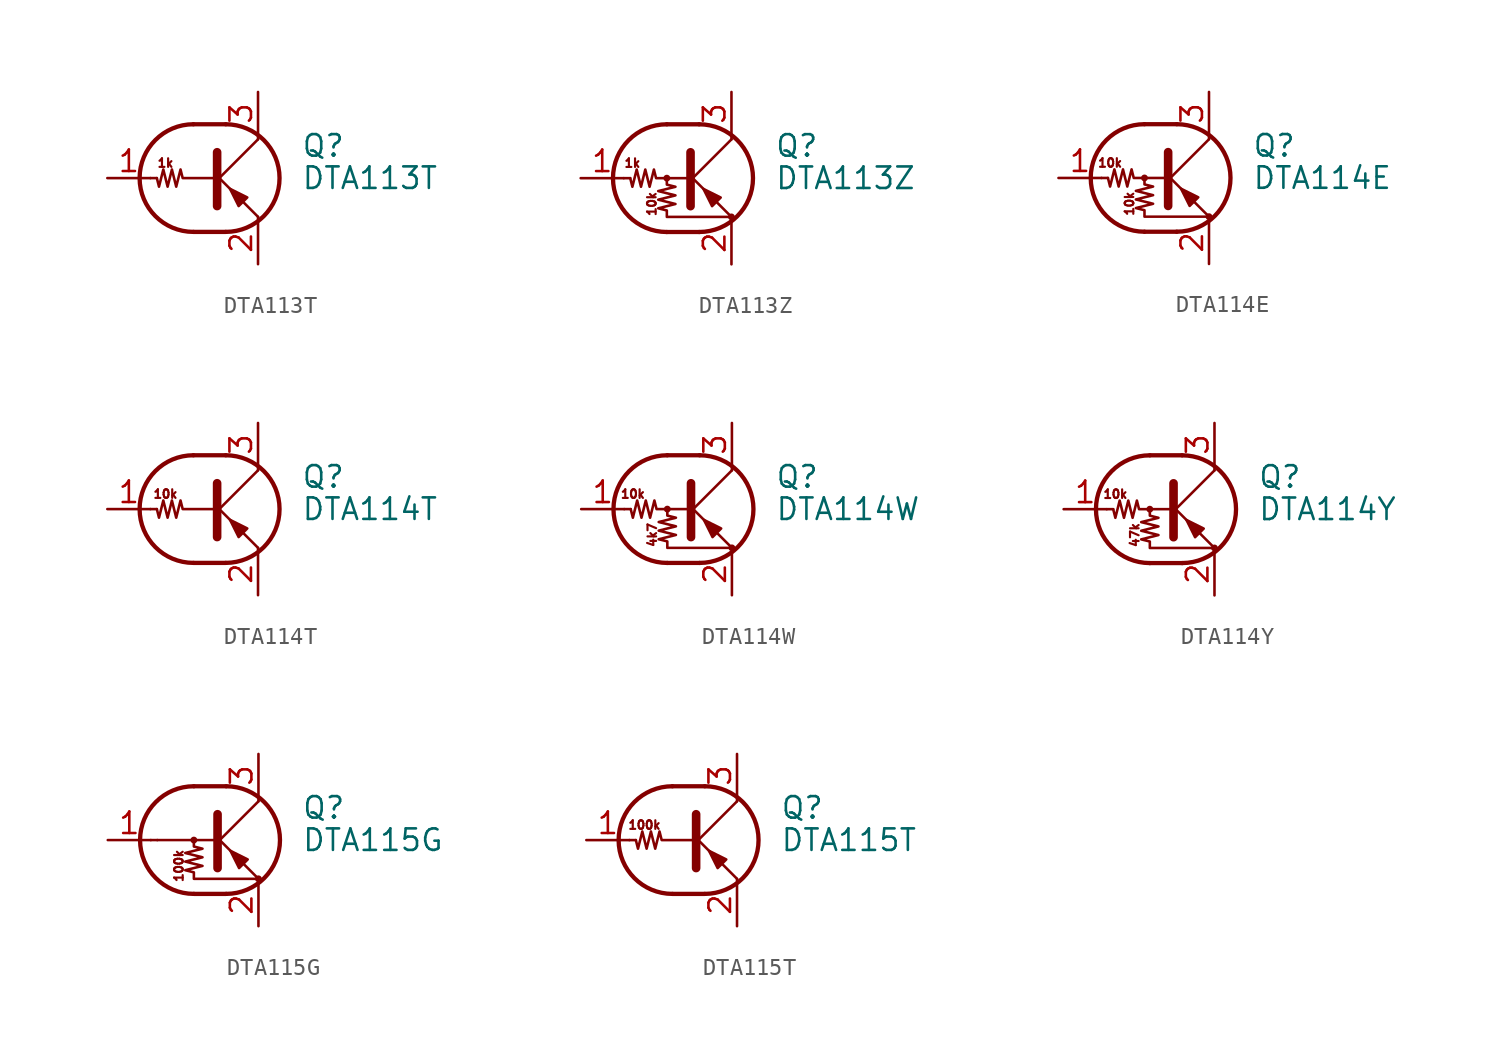
<source format=kicad_sym>
(kicad_symbol_lib
  (version 20201005)
  (generator kicad_symbol_editor)
  (symbol "Transistor_BJT:DTA113T"
    (pin_names
      (offset 0) hide)
    (property "Reference" "Q"
      (at 5.08 1.905 0)
      (effects (font (size 1.27 1.27)) (justify left)))
    (property "Value" "DTA113T"
      (at 5.08 0 0)
      (effects (font (size 1.27 1.27)) (justify left)))
    (symbol "DTA113T_0_0"
      (text "1k" (at -2.921 0.889 0) (effects (font (size 0.508 0.508))))
      (polyline (pts (xy 2.54 -2.286) (xy 2.54 -2.54)) (stroke (width 0)) (fill (type none))))
    (symbol "DTA113T_0_1"
      (arc (start -1.27 3.175) (end -1.27 -3.175) (radius (at -1.27 0) (length 3.175) (angles 90.1 -90.1)) (stroke (width 0.254)) (fill (type none)))
      (arc (start 0.635 -3.175) (end 0.635 3.175) (radius (at 0.635 0) (length 3.175) (angles -89.9 89.9)) (stroke (width 0.254)) (fill (type none)))
      (polyline (pts (xy -3.429 0) (xy -3.81 0)) (stroke (width 0)) (fill (type none)))
      (polyline (pts (xy -1.27 -3.175) (xy 0.635 -3.175)) (stroke (width 0.254)) (fill (type none)))
      (polyline (pts (xy -1.27 3.175) (xy 0.635 3.175)) (stroke (width 0.254)) (fill (type none)))
      (polyline (pts (xy 0 -0.254) (xy 2.54 2.286)) (stroke (width 0)) (fill (type none)))
      (polyline (pts (xy 0.127 1.524) (xy 0.127 -1.651)) (stroke (width 0.508)) (fill (type outline)))
      (polyline (pts (xy 2.54 2.286) (xy 2.54 2.54)) (stroke (width 0)) (fill (type none)))
      (polyline (pts (xy 2.54 -2.286) (xy 0 0.254) (xy 0 0.254)) (stroke (width 0)) (fill (type none)))
      (polyline (pts (xy 1.397 -1.651) (xy 1.905 -1.143) (xy 0.889 -0.635) (xy 1.397 -1.651)) (stroke (width 0)) (fill (type outline)))
      (polyline (pts (xy 0 0) (xy -1.905 0) (xy -2.032 0.508) (xy -2.286 -0.508) (xy -2.54 0.508) (xy -2.794 -0.508) (xy -3.048 0.508) (xy -3.302 -0.508) (xy -3.429 0)) (stroke (width 0)) (fill (type none))))
    (symbol "DTA113T_1_1"
      (pin input line (at -6.35 0 0) (length 2.54) (name "B" (effects (font (size 1.27 1.27)))) (number "1" (effects (font (size 1.27 1.27)))))
      (pin passive line (at 2.54 -5.08 90) (length 2.54) (name "E" (effects (font (size 1.27 1.27)))) (number "2" (effects (font (size 1.27 1.27)))))
      (pin passive line (at 2.54 5.08 270) (length 2.54) (name "C" (effects (font (size 1.27 1.27)))) (number "3" (effects (font (size 1.27 1.27)))))))
  (symbol "Transistor_BJT:DTA113Z"
    (pin_names
      (offset 0) hide)
    (property "Reference" "Q"
      (at 5.08 1.905 0)
      (effects (font (size 1.27 1.27)) (justify left)))
    (property "Value" "DTA113Z"
      (at 5.08 0 0)
      (effects (font (size 1.27 1.27)) (justify left)))
    (symbol "DTA113Z_0_0"
      (text "10k" (at -2.159 -1.524 900) (effects (font (size 0.508 0.508))))
      (text "1k" (at -3.302 0.889 0) (effects (font (size 0.508 0.508)))))
    (symbol "DTA113Z_0_1"
      (arc (start -1.27 3.175) (end -1.27 -3.175) (radius (at -1.27 0) (length 3.175) (angles 90.1 -90.1)) (stroke (width 0.254)) (fill (type none)))
      (arc (start 0.635 -3.175) (end 0.635 3.175) (radius (at 0.635 0) (length 3.175) (angles -89.9 89.9)) (stroke (width 0.254)) (fill (type none)))
      (circle (center -1.27 0) (radius 0.127) (stroke (width 0)) (fill (type none)))
      (circle (center 2.54 -2.286) (radius 0.127) (stroke (width 0)) (fill (type none)))
      (polyline (pts (xy -3.429 0) (xy -3.81 0)) (stroke (width 0)) (fill (type none)))
      (polyline (pts (xy -1.27 -3.175) (xy 0.635 -3.175)) (stroke (width 0.254)) (fill (type none)))
      (polyline (pts (xy -1.27 3.175) (xy 0.635 3.175)) (stroke (width 0.254)) (fill (type none)))
      (polyline (pts (xy 0 -0.254) (xy 2.54 2.286)) (stroke (width 0)) (fill (type none)))
      (polyline (pts (xy 0.127 1.524) (xy 0.127 -1.651)) (stroke (width 0.508)) (fill (type outline)))
      (polyline (pts (xy 2.54 2.286) (xy 2.54 2.54)) (stroke (width 0)) (fill (type none)))
      (polyline (pts (xy 2.54 -2.286) (xy 0 0.254) (xy 0 0.254)) (stroke (width 0)) (fill (type none)))
      (polyline (pts (xy 1.397 -1.651) (xy 1.905 -1.143) (xy 0.889 -0.635) (xy 1.397 -1.651)) (stroke (width 0)) (fill (type outline)))
      (polyline (pts (xy 0 0) (xy -1.905 0) (xy -2.032 0.508) (xy -2.286 -0.508) (xy -2.54 0.508) (xy -2.794 -0.508) (xy -3.048 0.508) (xy -3.302 -0.508) (xy -3.429 0)) (stroke (width 0)) (fill (type none)))
      (polyline (pts (xy -1.27 0) (xy -1.27 -0.381) (xy -0.762 -0.508) (xy -1.778 -0.762) (xy -0.762 -1.016) (xy -1.778 -1.27) (xy -0.762 -1.524) (xy -1.778 -1.778) (xy -1.27 -1.905) (xy -1.27 -2.286) (xy 2.54 -2.286)) (stroke (width 0)) (fill (type none))))
    (symbol "DTA113Z_1_1"
      (pin input line (at -6.35 0 0) (length 2.54) (name "B" (effects (font (size 1.27 1.27)))) (number "1" (effects (font (size 1.27 1.27)))))
      (pin passive line (at 2.54 -5.08 90) (length 2.54) (name "E" (effects (font (size 1.27 1.27)))) (number "2" (effects (font (size 1.27 1.27)))))
      (pin passive line (at 2.54 5.08 270) (length 2.54) (name "C" (effects (font (size 1.27 1.27)))) (number "3" (effects (font (size 1.27 1.27)))))))
  (symbol "Transistor_BJT:DTA114E"
    (pin_names
      (offset 0) hide)
    (property "Reference" "Q"
      (at 5.08 1.905 0)
      (effects (font (size 1.27 1.27)) (justify left)))
    (property "Value" "DTA114E"
      (at 5.08 0 0)
      (effects (font (size 1.27 1.27)) (justify left)))
    (symbol "DTA114E_0_0"
      (text "10k" (at -3.302 0.889 0) (effects (font (size 0.508 0.508))))
      (text "10k" (at -2.159 -1.524 900) (effects (font (size 0.508 0.508)))))
    (symbol "DTA114E_0_1"
      (arc (start -1.27 3.175) (end -1.27 -3.175) (radius (at -1.27 0) (length 3.175) (angles 90.1 -90.1)) (stroke (width 0.254)) (fill (type none)))
      (arc (start 0.635 -3.175) (end 0.635 3.175) (radius (at 0.635 0) (length 3.175) (angles -89.9 89.9)) (stroke (width 0.254)) (fill (type none)))
      (circle (center -1.27 0) (radius 0.127) (stroke (width 0)) (fill (type none)))
      (circle (center 2.54 -2.286) (radius 0.127) (stroke (width 0)) (fill (type none)))
      (polyline (pts (xy -3.429 0) (xy -3.81 0)) (stroke (width 0)) (fill (type none)))
      (polyline (pts (xy -1.27 -3.175) (xy 0.635 -3.175)) (stroke (width 0.254)) (fill (type none)))
      (polyline (pts (xy -1.27 3.175) (xy 0.635 3.175)) (stroke (width 0.254)) (fill (type none)))
      (polyline (pts (xy 0 -0.254) (xy 2.54 2.286)) (stroke (width 0)) (fill (type none)))
      (polyline (pts (xy 0.127 1.524) (xy 0.127 -1.651)) (stroke (width 0.508)) (fill (type outline)))
      (polyline (pts (xy 2.54 2.286) (xy 2.54 2.54)) (stroke (width 0)) (fill (type none)))
      (polyline (pts (xy 2.54 -2.286) (xy 0 0.254) (xy 0 0.254)) (stroke (width 0)) (fill (type none)))
      (polyline (pts (xy 1.397 -1.651) (xy 1.905 -1.143) (xy 0.889 -0.635) (xy 1.397 -1.651)) (stroke (width 0)) (fill (type outline)))
      (polyline (pts (xy 0 0) (xy -1.905 0) (xy -2.032 0.508) (xy -2.286 -0.508) (xy -2.54 0.508) (xy -2.794 -0.508) (xy -3.048 0.508) (xy -3.302 -0.508) (xy -3.429 0)) (stroke (width 0)) (fill (type none)))
      (polyline (pts (xy -1.27 0) (xy -1.27 -0.381) (xy -0.762 -0.508) (xy -1.778 -0.762) (xy -0.762 -1.016) (xy -1.778 -1.27) (xy -0.762 -1.524) (xy -1.778 -1.778) (xy -1.27 -1.905) (xy -1.27 -2.286) (xy 2.54 -2.286)) (stroke (width 0)) (fill (type none))))
    (symbol "DTA114E_1_1"
      (pin input line (at -6.35 0 0) (length 2.54) (name "B" (effects (font (size 1.27 1.27)))) (number "1" (effects (font (size 1.27 1.27)))))
      (pin passive line (at 2.54 -5.08 90) (length 2.54) (name "E" (effects (font (size 1.27 1.27)))) (number "2" (effects (font (size 1.27 1.27)))))
      (pin passive line (at 2.54 5.08 270) (length 2.54) (name "C" (effects (font (size 1.27 1.27)))) (number "3" (effects (font (size 1.27 1.27)))))))
  (symbol "Transistor_BJT:DTA114T"
    (pin_names
      (offset 0) hide)
    (property "Reference" "Q"
      (at 5.08 1.905 0)
      (effects (font (size 1.27 1.27)) (justify left)))
    (property "Value" "DTA114T"
      (at 5.08 0 0)
      (effects (font (size 1.27 1.27)) (justify left)))
    (symbol "DTA114T_0_0"
      (text "10k" (at -2.921 0.889 0) (effects (font (size 0.508 0.508))))
      (polyline (pts (xy 2.54 -2.286) (xy 2.54 -2.54)) (stroke (width 0)) (fill (type none))))
    (symbol "DTA114T_0_1"
      (arc (start -1.27 3.175) (end -1.27 -3.175) (radius (at -1.27 0) (length 3.175) (angles 90.1 -90.1)) (stroke (width 0.254)) (fill (type none)))
      (arc (start 0.635 -3.175) (end 0.635 3.175) (radius (at 0.635 0) (length 3.175) (angles -89.9 89.9)) (stroke (width 0.254)) (fill (type none)))
      (polyline (pts (xy -3.429 0) (xy -3.81 0)) (stroke (width 0)) (fill (type none)))
      (polyline (pts (xy -1.27 -3.175) (xy 0.635 -3.175)) (stroke (width 0.254)) (fill (type none)))
      (polyline (pts (xy -1.27 3.175) (xy 0.635 3.175)) (stroke (width 0.254)) (fill (type none)))
      (polyline (pts (xy 0 -0.254) (xy 2.54 2.286)) (stroke (width 0)) (fill (type none)))
      (polyline (pts (xy 0.127 1.524) (xy 0.127 -1.651)) (stroke (width 0.508)) (fill (type outline)))
      (polyline (pts (xy 2.54 2.286) (xy 2.54 2.54)) (stroke (width 0)) (fill (type none)))
      (polyline (pts (xy 2.54 -2.286) (xy 0 0.254) (xy 0 0.254)) (stroke (width 0)) (fill (type none)))
      (polyline (pts (xy 1.397 -1.651) (xy 1.905 -1.143) (xy 0.889 -0.635) (xy 1.397 -1.651)) (stroke (width 0)) (fill (type outline)))
      (polyline (pts (xy 0 0) (xy -1.905 0) (xy -2.032 0.508) (xy -2.286 -0.508) (xy -2.54 0.508) (xy -2.794 -0.508) (xy -3.048 0.508) (xy -3.302 -0.508) (xy -3.429 0)) (stroke (width 0)) (fill (type none))))
    (symbol "DTA114T_1_1"
      (pin input line (at -6.35 0 0) (length 2.54) (name "B" (effects (font (size 1.27 1.27)))) (number "1" (effects (font (size 1.27 1.27)))))
      (pin passive line (at 2.54 -5.08 90) (length 2.54) (name "E" (effects (font (size 1.27 1.27)))) (number "2" (effects (font (size 1.27 1.27)))))
      (pin passive line (at 2.54 5.08 270) (length 2.54) (name "C" (effects (font (size 1.27 1.27)))) (number "3" (effects (font (size 1.27 1.27)))))))
  (symbol "Transistor_BJT:DTA114W"
    (pin_names
      (offset 0) hide)
    (property "Reference" "Q"
      (at 5.08 1.905 0)
      (effects (font (size 1.27 1.27)) (justify left)))
    (property "Value" "DTA114W"
      (at 5.08 0 0)
      (effects (font (size 1.27 1.27)) (justify left)))
    (symbol "DTA114W_0_0"
      (text "10k" (at -3.302 0.889 0) (effects (font (size 0.508 0.508))))
      (text "4k7" (at -2.159 -1.524 900) (effects (font (size 0.508 0.508)))))
    (symbol "DTA114W_0_1"
      (arc (start -1.27 3.175) (end -1.27 -3.175) (radius (at -1.27 0) (length 3.175) (angles 90.1 -90.1)) (stroke (width 0.254)) (fill (type none)))
      (arc (start 0.635 -3.175) (end 0.635 3.175) (radius (at 0.635 0) (length 3.175) (angles -89.9 89.9)) (stroke (width 0.254)) (fill (type none)))
      (circle (center -1.27 0) (radius 0.127) (stroke (width 0)) (fill (type none)))
      (circle (center 2.54 -2.286) (radius 0.127) (stroke (width 0)) (fill (type none)))
      (polyline (pts (xy -3.429 0) (xy -3.81 0)) (stroke (width 0)) (fill (type none)))
      (polyline (pts (xy -1.27 -3.175) (xy 0.635 -3.175)) (stroke (width 0.254)) (fill (type none)))
      (polyline (pts (xy -1.27 3.175) (xy 0.635 3.175)) (stroke (width 0.254)) (fill (type none)))
      (polyline (pts (xy 0 -0.254) (xy 2.54 2.286)) (stroke (width 0)) (fill (type none)))
      (polyline (pts (xy 0.127 1.524) (xy 0.127 -1.651)) (stroke (width 0.508)) (fill (type outline)))
      (polyline (pts (xy 2.54 2.286) (xy 2.54 2.54)) (stroke (width 0)) (fill (type none)))
      (polyline (pts (xy 2.54 -2.286) (xy 0 0.254) (xy 0 0.254)) (stroke (width 0)) (fill (type none)))
      (polyline (pts (xy 1.397 -1.651) (xy 1.905 -1.143) (xy 0.889 -0.635) (xy 1.397 -1.651)) (stroke (width 0)) (fill (type outline)))
      (polyline (pts (xy 0 0) (xy -1.905 0) (xy -2.032 0.508) (xy -2.286 -0.508) (xy -2.54 0.508) (xy -2.794 -0.508) (xy -3.048 0.508) (xy -3.302 -0.508) (xy -3.429 0)) (stroke (width 0)) (fill (type none)))
      (polyline (pts (xy -1.27 0) (xy -1.27 -0.381) (xy -0.762 -0.508) (xy -1.778 -0.762) (xy -0.762 -1.016) (xy -1.778 -1.27) (xy -0.762 -1.524) (xy -1.778 -1.778) (xy -1.27 -1.905) (xy -1.27 -2.286) (xy 2.54 -2.286)) (stroke (width 0)) (fill (type none))))
    (symbol "DTA114W_1_1"
      (pin input line (at -6.35 0 0) (length 2.54) (name "B" (effects (font (size 1.27 1.27)))) (number "1" (effects (font (size 1.27 1.27)))))
      (pin passive line (at 2.54 -5.08 90) (length 2.54) (name "E" (effects (font (size 1.27 1.27)))) (number "2" (effects (font (size 1.27 1.27)))))
      (pin passive line (at 2.54 5.08 270) (length 2.54) (name "C" (effects (font (size 1.27 1.27)))) (number "3" (effects (font (size 1.27 1.27)))))))
  (symbol "Transistor_BJT:DTA114Y"
    (pin_names
      (offset 0) hide)
    (property "Reference" "Q"
      (at 5.08 1.905 0)
      (effects (font (size 1.27 1.27)) (justify left)))
    (property "Value" "DTA114Y"
      (at 5.08 0 0)
      (effects (font (size 1.27 1.27)) (justify left)))
    (symbol "DTA114Y_0_0"
      (text "10k" (at -3.302 0.889 0) (effects (font (size 0.508 0.508))))
      (text "47k" (at -2.159 -1.524 900) (effects (font (size 0.508 0.508)))))
    (symbol "DTA114Y_0_1"
      (arc (start -1.27 3.175) (end -1.27 -3.175) (radius (at -1.27 0) (length 3.175) (angles 90.1 -90.1)) (stroke (width 0.254)) (fill (type none)))
      (arc (start 0.635 -3.175) (end 0.635 3.175) (radius (at 0.635 0) (length 3.175) (angles -89.9 89.9)) (stroke (width 0.254)) (fill (type none)))
      (circle (center -1.27 0) (radius 0.127) (stroke (width 0)) (fill (type none)))
      (circle (center 2.54 -2.286) (radius 0.127) (stroke (width 0)) (fill (type none)))
      (polyline (pts (xy -3.429 0) (xy -3.81 0)) (stroke (width 0)) (fill (type none)))
      (polyline (pts (xy -1.27 -3.175) (xy 0.635 -3.175)) (stroke (width 0.254)) (fill (type none)))
      (polyline (pts (xy -1.27 3.175) (xy 0.635 3.175)) (stroke (width 0.254)) (fill (type none)))
      (polyline (pts (xy 0 -0.254) (xy 2.54 2.286)) (stroke (width 0)) (fill (type none)))
      (polyline (pts (xy 0.127 1.524) (xy 0.127 -1.651)) (stroke (width 0.508)) (fill (type outline)))
      (polyline (pts (xy 2.54 2.286) (xy 2.54 2.54)) (stroke (width 0)) (fill (type none)))
      (polyline (pts (xy 2.54 -2.286) (xy 0 0.254) (xy 0 0.254)) (stroke (width 0)) (fill (type none)))
      (polyline (pts (xy 1.397 -1.651) (xy 1.905 -1.143) (xy 0.889 -0.635) (xy 1.397 -1.651)) (stroke (width 0)) (fill (type outline)))
      (polyline (pts (xy 0 0) (xy -1.905 0) (xy -2.032 0.508) (xy -2.286 -0.508) (xy -2.54 0.508) (xy -2.794 -0.508) (xy -3.048 0.508) (xy -3.302 -0.508) (xy -3.429 0)) (stroke (width 0)) (fill (type none)))
      (polyline (pts (xy -1.27 0) (xy -1.27 -0.381) (xy -0.762 -0.508) (xy -1.778 -0.762) (xy -0.762 -1.016) (xy -1.778 -1.27) (xy -0.762 -1.524) (xy -1.778 -1.778) (xy -1.27 -1.905) (xy -1.27 -2.286) (xy 2.54 -2.286)) (stroke (width 0)) (fill (type none))))
    (symbol "DTA114Y_1_1"
      (pin input line (at -6.35 0 0) (length 2.54) (name "B" (effects (font (size 1.27 1.27)))) (number "1" (effects (font (size 1.27 1.27)))))
      (pin passive line (at 2.54 -5.08 90) (length 2.54) (name "E" (effects (font (size 1.27 1.27)))) (number "2" (effects (font (size 1.27 1.27)))))
      (pin passive line (at 2.54 5.08 270) (length 2.54) (name "C" (effects (font (size 1.27 1.27)))) (number "3" (effects (font (size 1.27 1.27)))))))
  (symbol "Transistor_BJT:DTA115G"
    (pin_names
      (offset 0) hide)
    (property "Reference" "Q"
      (at 5.08 1.905 0)
      (effects (font (size 1.27 1.27)) (justify left)))
    (property "Value" "DTA115G"
      (at 5.08 0 0)
      (effects (font (size 1.27 1.27)) (justify left)))
    (symbol "DTA115G_0_0"
      (text "100k" (at -2.159 -1.524 900) (effects (font (size 0.508 0.508))))
      (polyline (pts (xy -3.429 0) (xy 0 0)) (stroke (width 0)) (fill (type none))))
    (symbol "DTA115G_0_1"
      (arc (start -1.27 3.175) (end -1.27 -3.175) (radius (at -1.27 0) (length 3.175) (angles 90.1 -90.1)) (stroke (width 0.254)) (fill (type none)))
      (arc (start 0.635 -3.175) (end 0.635 3.175) (radius (at 0.635 0) (length 3.175) (angles -89.9 89.9)) (stroke (width 0.254)) (fill (type none)))
      (circle (center -1.27 0) (radius 0.127) (stroke (width 0)) (fill (type none)))
      (circle (center 2.54 -2.286) (radius 0.127) (stroke (width 0)) (fill (type none)))
      (polyline (pts (xy -3.429 0) (xy -3.81 0)) (stroke (width 0)) (fill (type none)))
      (polyline (pts (xy -1.27 -3.175) (xy 0.635 -3.175)) (stroke (width 0.254)) (fill (type none)))
      (polyline (pts (xy -1.27 3.175) (xy 0.635 3.175)) (stroke (width 0.254)) (fill (type none)))
      (polyline (pts (xy 0 -0.254) (xy 2.54 2.286)) (stroke (width 0)) (fill (type none)))
      (polyline (pts (xy 0.127 1.524) (xy 0.127 -1.651)) (stroke (width 0.508)) (fill (type outline)))
      (polyline (pts (xy 2.54 2.286) (xy 2.54 2.54)) (stroke (width 0)) (fill (type none)))
      (polyline (pts (xy 2.54 -2.286) (xy 0 0.254) (xy 0 0.254)) (stroke (width 0)) (fill (type none)))
      (polyline (pts (xy 1.397 -1.651) (xy 1.905 -1.143) (xy 0.889 -0.635) (xy 1.397 -1.651)) (stroke (width 0)) (fill (type outline)))
      (polyline (pts (xy -1.27 0) (xy -1.27 -0.381) (xy -0.762 -0.508) (xy -1.778 -0.762) (xy -0.762 -1.016) (xy -1.778 -1.27) (xy -0.762 -1.524) (xy -1.778 -1.778) (xy -1.27 -1.905) (xy -1.27 -2.286) (xy 2.54 -2.286)) (stroke (width 0)) (fill (type none))))
    (symbol "DTA115G_1_1"
      (pin input line (at -6.35 0 0) (length 2.54) (name "B" (effects (font (size 1.27 1.27)))) (number "1" (effects (font (size 1.27 1.27)))))
      (pin passive line (at 2.54 -5.08 90) (length 2.54) (name "E" (effects (font (size 1.27 1.27)))) (number "2" (effects (font (size 1.27 1.27)))))
      (pin passive line (at 2.54 5.08 270) (length 2.54) (name "C" (effects (font (size 1.27 1.27)))) (number "3" (effects (font (size 1.27 1.27)))))))
  (symbol "Transistor_BJT:DTA115T"
    (pin_names
      (offset 0) hide)
    (property "Reference" "Q"
      (at 5.08 1.905 0)
      (effects (font (size 1.27 1.27)) (justify left)))
    (property "Value" "DTA115T"
      (at 5.08 0 0)
      (effects (font (size 1.27 1.27)) (justify left)))
    (symbol "DTA115T_0_0"
      (text "100k" (at -2.921 0.889 0) (effects (font (size 0.508 0.508))))
      (polyline (pts (xy 2.54 -2.286) (xy 2.54 -2.54)) (stroke (width 0)) (fill (type none))))
    (symbol "DTA115T_0_1"
      (arc (start -1.27 3.175) (end -1.27 -3.175) (radius (at -1.27 0) (length 3.175) (angles 90.1 -90.1)) (stroke (width 0.254)) (fill (type none)))
      (arc (start 0.635 -3.175) (end 0.635 3.175) (radius (at 0.635 0) (length 3.175) (angles -89.9 89.9)) (stroke (width 0.254)) (fill (type none)))
      (polyline (pts (xy -3.429 0) (xy -3.81 0)) (stroke (width 0)) (fill (type none)))
      (polyline (pts (xy -1.27 -3.175) (xy 0.635 -3.175)) (stroke (width 0.254)) (fill (type none)))
      (polyline (pts (xy -1.27 3.175) (xy 0.635 3.175)) (stroke (width 0.254)) (fill (type none)))
      (polyline (pts (xy 0 -0.254) (xy 2.54 2.286)) (stroke (width 0)) (fill (type none)))
      (polyline (pts (xy 0.127 1.524) (xy 0.127 -1.651)) (stroke (width 0.508)) (fill (type outline)))
      (polyline (pts (xy 2.54 2.286) (xy 2.54 2.54)) (stroke (width 0)) (fill (type none)))
      (polyline (pts (xy 2.54 -2.286) (xy 0 0.254) (xy 0 0.254)) (stroke (width 0)) (fill (type none)))
      (polyline (pts (xy 1.397 -1.651) (xy 1.905 -1.143) (xy 0.889 -0.635) (xy 1.397 -1.651)) (stroke (width 0)) (fill (type outline)))
      (polyline (pts (xy 0 0) (xy -1.905 0) (xy -2.032 0.508) (xy -2.286 -0.508) (xy -2.54 0.508) (xy -2.794 -0.508) (xy -3.048 0.508) (xy -3.302 -0.508) (xy -3.429 0)) (stroke (width 0)) (fill (type none))))
    (symbol "DTA115T_1_1"
      (pin input line (at -6.35 0 0) (length 2.54) (name "B" (effects (font (size 1.27 1.27)))) (number "1" (effects (font (size 1.27 1.27)))))
      (pin passive line (at 2.54 -5.08 90) (length 2.54) (name "E" (effects (font (size 1.27 1.27)))) (number "2" (effects (font (size 1.27 1.27)))))
      (pin passive line (at 2.54 5.08 270) (length 2.54) (name "C" (effects (font (size 1.27 1.27)))) (number "3" (effects (font (size 1.27 1.27))))))))
</source>
